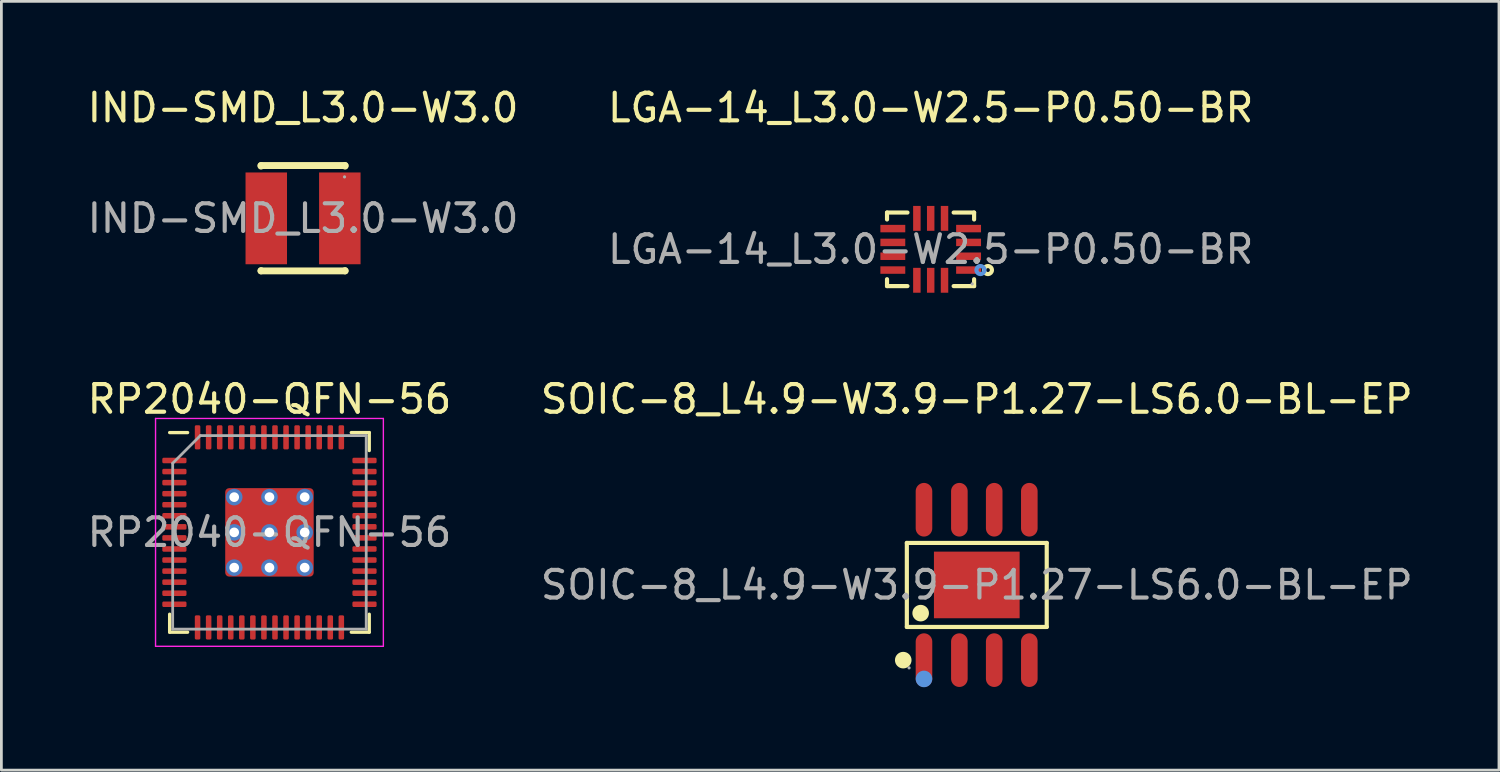
<source format=kicad_pcb>
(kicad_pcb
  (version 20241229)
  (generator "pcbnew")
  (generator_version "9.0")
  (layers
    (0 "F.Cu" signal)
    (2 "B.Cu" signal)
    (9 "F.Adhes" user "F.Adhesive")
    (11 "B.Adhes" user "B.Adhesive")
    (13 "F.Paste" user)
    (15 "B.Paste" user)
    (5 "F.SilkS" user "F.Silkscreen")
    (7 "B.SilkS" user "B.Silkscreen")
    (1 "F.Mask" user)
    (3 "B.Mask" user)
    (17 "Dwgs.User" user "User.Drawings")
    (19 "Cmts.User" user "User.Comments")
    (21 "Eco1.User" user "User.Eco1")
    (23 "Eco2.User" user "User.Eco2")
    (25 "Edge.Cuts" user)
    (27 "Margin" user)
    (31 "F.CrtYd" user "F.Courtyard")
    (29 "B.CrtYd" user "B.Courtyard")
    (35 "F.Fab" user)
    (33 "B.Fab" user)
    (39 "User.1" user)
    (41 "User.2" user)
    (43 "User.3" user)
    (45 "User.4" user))
  (footprint "RP2040-QFN-56"
    (layer "F.Cu")
    (at 6.696 16.206)
    (property "Reference" "RP2040-QFN-56" (at 0 -4.82 0) (layer "F.SilkS") (effects (font (size 1 1) (thickness 0.15))))
    (attr smd)
    (fp_line (start -3.61 3.61) (end -3.61 2.96) (stroke (width 0.12) (type solid)) (layer "F.SilkS"))
    (fp_line (start -2.96 -3.61) (end -3.61 -3.61) (stroke (width 0.12) (type solid)) (layer "F.SilkS"))
    (fp_line (start -2.96 3.61) (end -3.61 3.61) (stroke (width 0.12) (type solid)) (layer "F.SilkS"))
    (fp_line (start 2.96 -3.61) (end 3.61 -3.61) (stroke (width 0.12) (type solid)) (layer "F.SilkS"))
    (fp_line (start 2.96 3.61) (end 3.61 3.61) (stroke (width 0.12) (type solid)) (layer "F.SilkS"))
    (fp_line (start 3.61 -3.61) (end 3.61 -2.96) (stroke (width 0.12) (type solid)) (layer "F.SilkS"))
    (fp_line (start 3.61 3.61) (end 3.61 2.96) (stroke (width 0.12) (type solid)) (layer "F.SilkS"))
    (fp_line (start -4.12 -4.12) (end -4.12 4.12) (stroke (width 0.05) (type solid)) (layer "F.CrtYd"))
    (fp_line (start -4.12 4.12) (end 4.12 4.12) (stroke (width 0.05) (type solid)) (layer "F.CrtYd"))
    (fp_line (start 4.12 -4.12) (end -4.12 -4.12) (stroke (width 0.05) (type solid)) (layer "F.CrtYd"))
    (fp_line (start 4.12 4.12) (end 4.12 -4.12) (stroke (width 0.05) (type solid)) (layer "F.CrtYd"))
    (fp_line (start -3.5 -2.5) (end -2.5 -3.5) (stroke (width 0.1) (type solid)) (layer "F.Fab"))
    (fp_line (start -3.5 3.5) (end -3.5 -2.5) (stroke (width 0.1) (type solid)) (layer "F.Fab"))
    (fp_line (start -2.5 -3.5) (end 3.5 -3.5) (stroke (width 0.1) (type solid)) (layer "F.Fab"))
    (fp_line (start 3.5 -3.5) (end 3.5 3.5) (stroke (width 0.1) (type solid)) (layer "F.Fab"))
    (fp_line (start 3.5 3.5) (end -3.5 3.5) (stroke (width 0.1) (type solid)) (layer "F.Fab"))
    (fp_text user "${REFERENCE}" (at 0 0 0) (layer "F.Fab") (effects (font (size 1 1) (thickness 0.15))))
    (pad "" smd roundrect (at -0.637 -0.637) (size 1.084 1.084) (layers "F.Paste") (roundrect_rratio 0.231))
    (pad "" smd roundrect (at -0.637 0.637) (size 1.084 1.084) (layers "F.Paste") (roundrect_rratio 0.231))
    (pad "" smd roundrect (at 0.637 -0.637) (size 1.084 1.084) (layers "F.Paste") (roundrect_rratio 0.231))
    (pad "" smd roundrect (at 0.637 0.637) (size 1.084 1.084) (layers "F.Paste") (roundrect_rratio 0.231))
    (pad "1" smd roundrect (at -3.438 -2.6) (size 0.875 0.2) (layers "F.Cu" "F.Mask" "F.Paste") (roundrect_rratio 0.25))
    (pad "2" smd roundrect (at -3.438 -2.2) (size 0.875 0.2) (layers "F.Cu" "F.Mask" "F.Paste") (roundrect_rratio 0.25))
    (pad "3" smd roundrect (at -3.438 -1.8) (size 0.875 0.2) (layers "F.Cu" "F.Mask" "F.Paste") (roundrect_rratio 0.25))
    (pad "4" smd roundrect (at -3.438 -1.4) (size 0.875 0.2) (layers "F.Cu" "F.Mask" "F.Paste") (roundrect_rratio 0.25))
    (pad "5" smd roundrect (at -3.438 -1) (size 0.875 0.2) (layers "F.Cu" "F.Mask" "F.Paste") (roundrect_rratio 0.25))
    (pad "6" smd roundrect (at -3.438 -0.6) (size 0.875 0.2) (layers "F.Cu" "F.Mask" "F.Paste") (roundrect_rratio 0.25))
    (pad "7" smd roundrect (at -3.438 -0.2) (size 0.875 0.2) (layers "F.Cu" "F.Mask" "F.Paste") (roundrect_rratio 0.25))
    (pad "8" smd roundrect (at -3.438 0.2) (size 0.875 0.2) (layers "F.Cu" "F.Mask" "F.Paste") (roundrect_rratio 0.25))
    (pad "9" smd roundrect (at -3.438 0.6) (size 0.875 0.2) (layers "F.Cu" "F.Mask" "F.Paste") (roundrect_rratio 0.25))
    (pad "10" smd roundrect (at -3.438 1) (size 0.875 0.2) (layers "F.Cu" "F.Mask" "F.Paste") (roundrect_rratio 0.25))
    (pad "11" smd roundrect (at -3.438 1.4) (size 0.875 0.2) (layers "F.Cu" "F.Mask" "F.Paste") (roundrect_rratio 0.25))
    (pad "12" smd roundrect (at -3.438 1.8) (size 0.875 0.2) (layers "F.Cu" "F.Mask" "F.Paste") (roundrect_rratio 0.25))
    (pad "13" smd roundrect (at -3.438 2.2) (size 0.875 0.2) (layers "F.Cu" "F.Mask" "F.Paste") (roundrect_rratio 0.25))
    (pad "14" smd roundrect (at -3.438 2.6) (size 0.875 0.2) (layers "F.Cu" "F.Mask" "F.Paste") (roundrect_rratio 0.25))
    (pad "15" smd roundrect (at -2.6 3.438) (size 0.2 0.875) (layers "F.Cu" "F.Mask" "F.Paste") (roundrect_rratio 0.25))
    (pad "16" smd roundrect (at -2.2 3.438) (size 0.2 0.875) (layers "F.Cu" "F.Mask" "F.Paste") (roundrect_rratio 0.25))
    (pad "17" smd roundrect (at -1.8 3.438) (size 0.2 0.875) (layers "F.Cu" "F.Mask" "F.Paste") (roundrect_rratio 0.25))
    (pad "18" smd roundrect (at -1.4 3.438) (size 0.2 0.875) (layers "F.Cu" "F.Mask" "F.Paste") (roundrect_rratio 0.25))
    (pad "19" smd roundrect (at -1 3.438) (size 0.2 0.875) (layers "F.Cu" "F.Mask" "F.Paste") (roundrect_rratio 0.25))
    (pad "20" smd roundrect (at -0.6 3.438) (size 0.2 0.875) (layers "F.Cu" "F.Mask" "F.Paste") (roundrect_rratio 0.25))
    (pad "21" smd roundrect (at -0.2 3.438) (size 0.2 0.875) (layers "F.Cu" "F.Mask" "F.Paste") (roundrect_rratio 0.25))
    (pad "22" smd roundrect (at 0.2 3.438) (size 0.2 0.875) (layers "F.Cu" "F.Mask" "F.Paste") (roundrect_rratio 0.25))
    (pad "23" smd roundrect (at 0.6 3.438) (size 0.2 0.875) (layers "F.Cu" "F.Mask" "F.Paste") (roundrect_rratio 0.25))
    (pad "24" smd roundrect (at 1 3.438) (size 0.2 0.875) (layers "F.Cu" "F.Mask" "F.Paste") (roundrect_rratio 0.25))
    (pad "25" smd roundrect (at 1.4 3.438) (size 0.2 0.875) (layers "F.Cu" "F.Mask" "F.Paste") (roundrect_rratio 0.25))
    (pad "26" smd roundrect (at 1.8 3.438) (size 0.2 0.875) (layers "F.Cu" "F.Mask" "F.Paste") (roundrect_rratio 0.25))
    (pad "27" smd roundrect (at 2.2 3.438) (size 0.2 0.875) (layers "F.Cu" "F.Mask" "F.Paste") (roundrect_rratio 0.25))
    (pad "28" smd roundrect (at 2.6 3.438) (size 0.2 0.875) (layers "F.Cu" "F.Mask" "F.Paste") (roundrect_rratio 0.25))
    (pad "29" smd roundrect (at 3.438 2.6) (size 0.875 0.2) (layers "F.Cu" "F.Mask" "F.Paste") (roundrect_rratio 0.25))
    (pad "30" smd roundrect (at 3.438 2.2) (size 0.875 0.2) (layers "F.Cu" "F.Mask" "F.Paste") (roundrect_rratio 0.25))
    (pad "31" smd roundrect (at 3.438 1.8) (size 0.875 0.2) (layers "F.Cu" "F.Mask" "F.Paste") (roundrect_rratio 0.25))
    (pad "32" smd roundrect (at 3.438 1.4) (size 0.875 0.2) (layers "F.Cu" "F.Mask" "F.Paste") (roundrect_rratio 0.25))
    (pad "33" smd roundrect (at 3.438 1) (size 0.875 0.2) (layers "F.Cu" "F.Mask" "F.Paste") (roundrect_rratio 0.25))
    (pad "34" smd roundrect (at 3.438 0.6) (size 0.875 0.2) (layers "F.Cu" "F.Mask" "F.Paste") (roundrect_rratio 0.25))
    (pad "35" smd roundrect (at 3.438 0.2) (size 0.875 0.2) (layers "F.Cu" "F.Mask" "F.Paste") (roundrect_rratio 0.25))
    (pad "36" smd roundrect (at 3.438 -0.2) (size 0.875 0.2) (layers "F.Cu" "F.Mask" "F.Paste") (roundrect_rratio 0.25))
    (pad "37" smd roundrect (at 3.438 -0.6) (size 0.875 0.2) (layers "F.Cu" "F.Mask" "F.Paste") (roundrect_rratio 0.25))
    (pad "38" smd roundrect (at 3.438 -1) (size 0.875 0.2) (layers "F.Cu" "F.Mask" "F.Paste") (roundrect_rratio 0.25))
    (pad "39" smd roundrect (at 3.438 -1.4) (size 0.875 0.2) (layers "F.Cu" "F.Mask" "F.Paste") (roundrect_rratio 0.25))
    (pad "40" smd roundrect (at 3.438 -1.8) (size 0.875 0.2) (layers "F.Cu" "F.Mask" "F.Paste") (roundrect_rratio 0.25))
    (pad "41" smd roundrect (at 3.438 -2.2) (size 0.875 0.2) (layers "F.Cu" "F.Mask" "F.Paste") (roundrect_rratio 0.25))
    (pad "42" smd roundrect (at 3.438 -2.6) (size 0.875 0.2) (layers "F.Cu" "F.Mask" "F.Paste") (roundrect_rratio 0.25))
    (pad "43" smd roundrect (at 2.6 -3.438) (size 0.2 0.875) (layers "F.Cu" "F.Mask" "F.Paste") (roundrect_rratio 0.25))
    (pad "44" smd roundrect (at 2.2 -3.438) (size 0.2 0.875) (layers "F.Cu" "F.Mask" "F.Paste") (roundrect_rratio 0.25))
    (pad "45" smd roundrect (at 1.8 -3.438) (size 0.2 0.875) (layers "F.Cu" "F.Mask" "F.Paste") (roundrect_rratio 0.25))
    (pad "46" smd roundrect (at 1.4 -3.438) (size 0.2 0.875) (layers "F.Cu" "F.Mask" "F.Paste") (roundrect_rratio 0.25))
    (pad "47" smd roundrect (at 1 -3.438) (size 0.2 0.875) (layers "F.Cu" "F.Mask" "F.Paste") (roundrect_rratio 0.25))
    (pad "48" smd roundrect (at 0.6 -3.438) (size 0.2 0.875) (layers "F.Cu" "F.Mask" "F.Paste") (roundrect_rratio 0.25))
    (pad "49" smd roundrect (at 0.2 -3.438) (size 0.2 0.875) (layers "F.Cu" "F.Mask" "F.Paste") (roundrect_rratio 0.25))
    (pad "50" smd roundrect (at -0.2 -3.438) (size 0.2 0.875) (layers "F.Cu" "F.Mask" "F.Paste") (roundrect_rratio 0.25))
    (pad "51" smd roundrect (at -0.6 -3.438) (size 0.2 0.875) (layers "F.Cu" "F.Mask" "F.Paste") (roundrect_rratio 0.25))
    (pad "52" smd roundrect (at -1 -3.438) (size 0.2 0.875) (layers "F.Cu" "F.Mask" "F.Paste") (roundrect_rratio 0.25))
    (pad "53" smd roundrect (at -1.4 -3.438) (size 0.2 0.875) (layers "F.Cu" "F.Mask" "F.Paste") (roundrect_rratio 0.25))
    (pad "54" smd roundrect (at -1.8 -3.438) (size 0.2 0.875) (layers "F.Cu" "F.Mask" "F.Paste") (roundrect_rratio 0.25))
    (pad "55" smd roundrect (at -2.2 -3.438) (size 0.2 0.875) (layers "F.Cu" "F.Mask" "F.Paste") (roundrect_rratio 0.25))
    (pad "56" smd roundrect (at -2.6 -3.438) (size 0.2 0.875) (layers "F.Cu" "F.Mask" "F.Paste") (roundrect_rratio 0.25))
    (pad "57" thru_hole circle (at -1.275 -1.275) (size 0.6 0.6) (drill 0.35) (layers "*.Cu"))
    (pad "57" thru_hole circle (at -1.275 0) (size 0.6 0.6) (drill 0.35) (layers "*.Cu"))
    (pad "57" thru_hole circle (at -1.275 1.275) (size 0.6 0.6) (drill 0.35) (layers "*.Cu"))
    (pad "57" thru_hole circle (at 0 -1.275) (size 0.6 0.6) (drill 0.35) (layers "*.Cu"))
    (pad "57" thru_hole circle (at 0 0) (size 0.6 0.6) (drill 0.35) (layers "*.Cu"))
    (pad "57" smd roundrect (at 0 0) (size 3.2 3.2) (layers "F.Cu" "F.Mask") (roundrect_rratio 0.045))
    (pad "57" thru_hole circle (at 0 1.275) (size 0.6 0.6) (drill 0.35) (layers "*.Cu"))
    (pad "57" thru_hole circle (at 1.275 -1.275) (size 0.6 0.6) (drill 0.35) (layers "*.Cu"))
    (pad "57" thru_hole circle (at 1.275 0) (size 0.6 0.6) (drill 0.35) (layers "*.Cu"))
    (pad "57" thru_hole circle (at 1.275 1.275) (size 0.6 0.6) (drill 0.35) (layers "*.Cu")))
  (footprint "SOIC-8_L4.9-W3.9-P1.27-LS6.0-BL-EP"
    (layer "F.Cu")
    (at 32.28 18.107)
    (property "Reference" "SOIC-8_L4.9-W3.9-P1.27-LS6.0-BL-EP" (at 0 -6.72 0) (layer "F.SilkS") (effects (font (size 1 1) (thickness 0.15))))
    (attr smd)
    (fp_line (start -2.53 -1.52) (end 2.53 -1.52) (stroke (width 0.15) (type solid)) (layer "F.SilkS"))
    (fp_line (start -2.53 1.52) (end -2.53 -1.52) (stroke (width 0.15) (type solid)) (layer "F.SilkS"))
    (fp_line (start 2.53 -1.52) (end 2.53 1.52) (stroke (width 0.15) (type solid)) (layer "F.SilkS"))
    (fp_line (start 2.53 1.52) (end -2.53 1.52) (stroke (width 0.15) (type solid)) (layer "F.SilkS"))
    (fp_circle (center -2.66 2.72) (end -2.51 2.72) (stroke (width 0.3) (type solid)) (fill no) (layer "F.SilkS"))
    (fp_circle (center -2.03 1.02) (end -1.88 1.02) (stroke (width 0.3) (type solid)) (fill no) (layer "F.SilkS"))
    (fp_circle (center -1.91 3.4) (end -1.76 3.4) (stroke (width 0.3) (type solid)) (fill no) (layer "Cmts.User"))
    (fp_circle (center -2.45 3) (end -2.42 3) (stroke (width 0.06) (type solid)) (fill no) (layer "F.Fab"))
    (fp_text user "${REFERENCE}" (at 0 0 0) (layer "F.Fab") (effects (font (size 1 1) (thickness 0.15))))
    (pad "1" smd oval (at -1.91 2.72) (size 0.6 1.94) (layers "F.Cu" "F.Mask" "F.Paste"))
    (pad "2" smd oval (at -0.63 2.72) (size 0.6 1.94) (layers "F.Cu" "F.Mask" "F.Paste"))
    (pad "3" smd oval (at 0.63 2.72) (size 0.6 1.94) (layers "F.Cu" "F.Mask" "F.Paste"))
    (pad "4" smd oval (at 1.9 2.72) (size 0.6 1.94) (layers "F.Cu" "F.Mask" "F.Paste"))
    (pad "5" smd oval (at 1.9 -2.72) (size 0.6 1.94) (layers "F.Cu" "F.Mask" "F.Paste"))
    (pad "6" smd oval (at 0.63 -2.72) (size 0.6 1.94) (layers "F.Cu" "F.Mask" "F.Paste"))
    (pad "7" smd oval (at -0.63 -2.72) (size 0.6 1.94) (layers "F.Cu" "F.Mask" "F.Paste"))
    (pad "8" smd oval (at -1.91 -2.72) (size 0.6 1.94) (layers "F.Cu" "F.Mask" "F.Paste"))
    (pad "9" smd rect (at 0 0) (size 3.1 2.41) (layers "F.Cu" "F.Mask" "F.Paste")))
  (footprint "IND-SMD_L3.0-W3.0"
    (layer "F.Cu")
    (at 7.911 4.848)
    (property "Reference" "IND-SMD_L3.0-W3.0" (at 0 -4 0) (layer "F.SilkS") (effects (font (size 1 1) (thickness 0.15))))
    (attr smd)
    (fp_line (start -1.52 -1.91) (end 1.52 -1.91) (stroke (width 0.25) (type solid)) (layer "F.SilkS"))
    (fp_line (start -1.52 -1.89) (end -1.52 -1.91) (stroke (width 0.25) (type solid)) (layer "F.SilkS"))
    (fp_line (start -1.52 1.9) (end -1.52 1.89) (stroke (width 0.25) (type solid)) (layer "F.SilkS"))
    (fp_line (start -1.52 1.9) (end 1.52 1.9) (stroke (width 0.25) (type solid)) (layer "F.SilkS"))
    (fp_line (start 1.52 -1.91) (end 1.52 -1.89) (stroke (width 0.25) (type solid)) (layer "F.SilkS"))
    (fp_line (start 1.52 1.89) (end 1.52 1.9) (stroke (width 0.25) (type solid)) (layer "F.SilkS"))
    (fp_circle (center 1.5 -1.5) (end 1.53 -1.5) (stroke (width 0.06) (type solid)) (fill no) (layer "F.Fab"))
    (fp_text user "${REFERENCE}" (at 0 0 0) (layer "F.Fab") (effects (font (size 1 1) (thickness 0.15))))
    (pad "1" smd rect (at 1.33 0) (size 1.5 3.32) (layers "F.Cu" "F.Mask" "F.Paste"))
    (pad "2" smd rect (at -1.33 0) (size 1.5 3.32) (layers "F.Cu" "F.Mask" "F.Paste")))
  (footprint "LGA-14_L3.0-W2.5-P0.50-BR"
    (layer "F.Cu")
    (at 30.613 5.968)
    (property "Reference" "LGA-14_L3.0-W2.5-P0.50-BR" (at 0 -5.12 0) (layer "F.SilkS") (effects (font (size 1 1) (thickness 0.15))))
    (attr smd)
    (fp_line (start -1.58 -1.33) (end -1.58 -1.08) (stroke (width 0.15) (type solid)) (layer "F.SilkS"))
    (fp_line (start -1.58 1.33) (end -1.58 1.08) (stroke (width 0.15) (type solid)) (layer "F.SilkS"))
    (fp_line (start -0.84 -1.33) (end -1.58 -1.33) (stroke (width 0.15) (type solid)) (layer "F.SilkS"))
    (fp_line (start -0.84 1.33) (end -1.58 1.33) (stroke (width 0.15) (type solid)) (layer "F.SilkS"))
    (fp_line (start 0.83 -1.33) (end 1.57 -1.33) (stroke (width 0.15) (type solid)) (layer "F.SilkS"))
    (fp_line (start 0.83 1.33) (end 1.57 1.33) (stroke (width 0.15) (type solid)) (layer "F.SilkS"))
    (fp_line (start 1.57 -1.33) (end 1.57 -1.08) (stroke (width 0.15) (type solid)) (layer "F.SilkS"))
    (fp_line (start 1.57 1.33) (end 1.57 1.08) (stroke (width 0.15) (type solid)) (layer "F.SilkS"))
    (fp_circle (center 2.07 0.75) (end 2.14 0.75) (stroke (width 0.15) (type solid)) (fill no) (layer "F.SilkS"))
    (fp_circle (center 1.8 0.75) (end 1.87 0.75) (stroke (width 0.15) (type solid)) (fill no) (layer "Cmts.User"))
    (fp_circle (center 1.5 1.25) (end 1.53 1.25) (stroke (width 0.06) (type solid)) (fill no) (layer "F.Fab"))
    (fp_text user "${REFERENCE}" (at 0 0 0) (layer "F.Fab") (effects (font (size 1 1) (thickness 0.15))))
    (pad "1" smd rect (at 1.37 0.75) (size 0.9 0.27) (layers "F.Cu" "F.Mask" "F.Paste"))
    (pad "2" smd rect (at 1.37 0.25) (size 0.9 0.27) (layers "F.Cu" "F.Mask" "F.Paste"))
    (pad "3" smd rect (at 1.37 -0.25) (size 0.9 0.27) (layers "F.Cu" "F.Mask" "F.Paste"))
    (pad "4" smd rect (at 1.37 -0.75) (size 0.9 0.27) (layers "F.Cu" "F.Mask" "F.Paste"))
    (pad "5" smd rect (at 0.5 -1.12) (size 0.27 0.9) (layers "F.Cu" "F.Mask" "F.Paste"))
    (pad "6" smd rect (at 0 -1.12) (size 0.27 0.9) (layers "F.Cu" "F.Mask" "F.Paste"))
    (pad "7" smd rect (at -0.5 -1.12) (size 0.27 0.9) (layers "F.Cu" "F.Mask" "F.Paste"))
    (pad "8" smd rect (at -1.37 -0.75) (size 0.9 0.27) (layers "F.Cu" "F.Mask" "F.Paste"))
    (pad "9" smd rect (at -1.37 -0.25) (size 0.9 0.27) (layers "F.Cu" "F.Mask" "F.Paste"))
    (pad "10" smd rect (at -1.37 0.25) (size 0.9 0.27) (layers "F.Cu" "F.Mask" "F.Paste"))
    (pad "11" smd rect (at -1.37 0.75) (size 0.9 0.27) (layers "F.Cu" "F.Mask" "F.Paste"))
    (pad "12" smd rect (at -0.5 1.12) (size 0.27 0.9) (layers "F.Cu" "F.Mask" "F.Paste"))
    (pad "13" smd rect (at 0 1.12) (size 0.27 0.9) (layers "F.Cu" "F.Mask" "F.Paste"))
    (pad "14" smd rect (at 0.5 1.12) (size 0.27 0.9) (layers "F.Cu" "F.Mask" "F.Paste")))
  (gr_rect
    (start -3 -3)
    (end 51.167 24.806)
    (stroke (width 0.1) (type default))
    (fill no)
    (layer "Edge.Cuts")))
</source>
